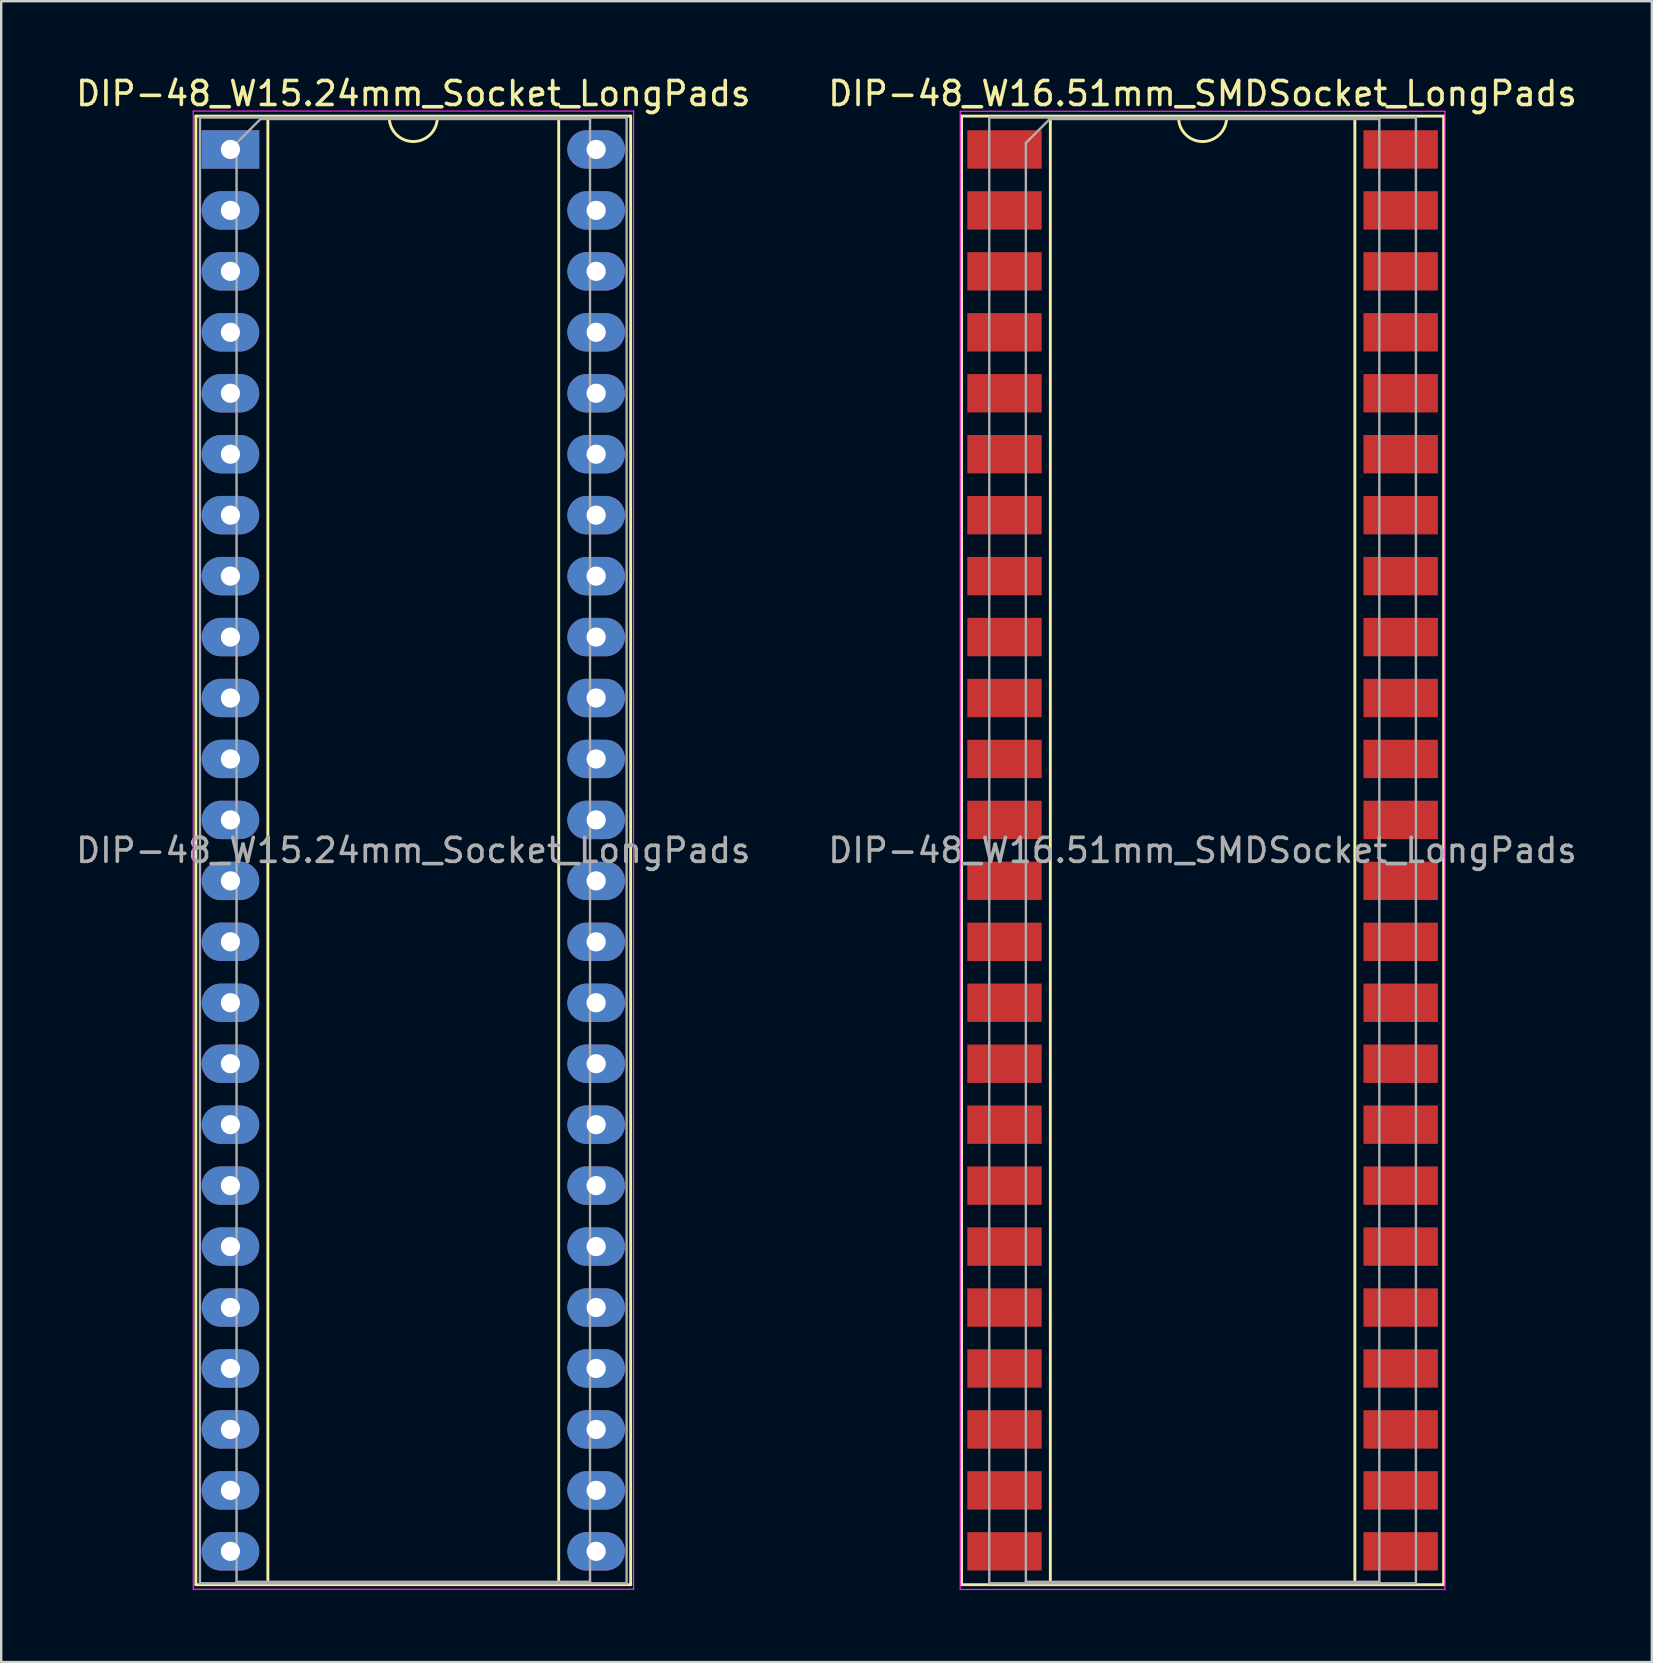
<source format=kicad_pcb>
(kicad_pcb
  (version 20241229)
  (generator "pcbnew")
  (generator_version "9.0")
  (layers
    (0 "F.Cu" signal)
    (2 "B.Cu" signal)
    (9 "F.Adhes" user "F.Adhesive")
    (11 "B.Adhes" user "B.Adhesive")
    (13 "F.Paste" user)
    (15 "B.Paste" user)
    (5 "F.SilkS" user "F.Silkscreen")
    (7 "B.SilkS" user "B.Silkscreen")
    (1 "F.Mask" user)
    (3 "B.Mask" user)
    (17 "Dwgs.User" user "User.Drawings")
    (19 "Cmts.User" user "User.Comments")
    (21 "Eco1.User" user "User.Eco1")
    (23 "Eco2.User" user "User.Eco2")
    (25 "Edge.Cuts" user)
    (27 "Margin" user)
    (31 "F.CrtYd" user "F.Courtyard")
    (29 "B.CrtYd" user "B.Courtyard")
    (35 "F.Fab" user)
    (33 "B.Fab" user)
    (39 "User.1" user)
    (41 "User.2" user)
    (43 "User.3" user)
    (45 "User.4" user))
  (footprint "DIP-48_W16.51mm_SMDSocket_LongPads"
    (layer "F.Cu")
    (at 47.065 32.388)
    (property "Reference" "DIP-48_W16.51mm_SMDSocket_LongPads" (at 0 -31.54 0) (layer "F.SilkS") (effects (font (size 1 1) (thickness 0.15))))
    (attr smd)
    (fp_line (start -10.045 -30.6) (end -10.045 30.6) (stroke (width 0.12) (type solid)) (layer "F.SilkS"))
    (fp_line (start -10.045 30.6) (end 10.045 30.6) (stroke (width 0.12) (type solid)) (layer "F.SilkS"))
    (fp_line (start -6.345 -30.54) (end -6.345 30.54) (stroke (width 0.12) (type solid)) (layer "F.SilkS"))
    (fp_line (start -6.345 30.54) (end 6.345 30.54) (stroke (width 0.12) (type solid)) (layer "F.SilkS"))
    (fp_line (start -1 -30.54) (end -6.345 -30.54) (stroke (width 0.12) (type solid)) (layer "F.SilkS"))
    (fp_line (start 6.345 -30.54) (end 1 -30.54) (stroke (width 0.12) (type solid)) (layer "F.SilkS"))
    (fp_line (start 6.345 30.54) (end 6.345 -30.54) (stroke (width 0.12) (type solid)) (layer "F.SilkS"))
    (fp_line (start 10.045 -30.6) (end -10.045 -30.6) (stroke (width 0.12) (type solid)) (layer "F.SilkS"))
    (fp_line (start 10.045 30.6) (end 10.045 -30.6) (stroke (width 0.12) (type solid)) (layer "F.SilkS"))
    (fp_arc (start 1 -30.54) (mid 0 -29.54) (end -1 -30.54) (stroke (width 0.12) (type solid)) (layer "F.SilkS"))
    (fp_line (start -10.1 -30.8) (end -10.1 30.8) (stroke (width 0.05) (type solid)) (layer "F.CrtYd"))
    (fp_line (start -10.1 30.8) (end 10.1 30.8) (stroke (width 0.05) (type solid)) (layer "F.CrtYd"))
    (fp_line (start 10.1 -30.8) (end -10.1 -30.8) (stroke (width 0.05) (type solid)) (layer "F.CrtYd"))
    (fp_line (start 10.1 30.8) (end 10.1 -30.8) (stroke (width 0.05) (type solid)) (layer "F.CrtYd"))
    (fp_line (start -8.89 -30.54) (end -8.89 30.54) (stroke (width 0.1) (type solid)) (layer "F.Fab"))
    (fp_line (start -8.89 30.54) (end 8.89 30.54) (stroke (width 0.1) (type solid)) (layer "F.Fab"))
    (fp_line (start -7.365 -29.48) (end -6.365 -30.48) (stroke (width 0.1) (type solid)) (layer "F.Fab"))
    (fp_line (start -7.365 30.48) (end -7.365 -29.48) (stroke (width 0.1) (type solid)) (layer "F.Fab"))
    (fp_line (start -6.365 -30.48) (end 7.365 -30.48) (stroke (width 0.1) (type solid)) (layer "F.Fab"))
    (fp_line (start 7.365 -30.48) (end 7.365 30.48) (stroke (width 0.1) (type solid)) (layer "F.Fab"))
    (fp_line (start 7.365 30.48) (end -7.365 30.48) (stroke (width 0.1) (type solid)) (layer "F.Fab"))
    (fp_line (start 8.89 -30.54) (end -8.89 -30.54) (stroke (width 0.1) (type solid)) (layer "F.Fab"))
    (fp_line (start 8.89 30.54) (end 8.89 -30.54) (stroke (width 0.1) (type solid)) (layer "F.Fab"))
    (fp_text user "${REFERENCE}" (at 0 0 0) (layer "F.Fab") (effects (font (size 1 1) (thickness 0.15))))
    (pad "1" smd rect (at -8.255 -29.21) (size 3.1 1.6) (layers "F.Cu" "F.Mask" "F.Paste"))
    (pad "2" smd rect (at -8.255 -26.67) (size 3.1 1.6) (layers "F.Cu" "F.Mask" "F.Paste"))
    (pad "3" smd rect (at -8.255 -24.13) (size 3.1 1.6) (layers "F.Cu" "F.Mask" "F.Paste"))
    (pad "4" smd rect (at -8.255 -21.59) (size 3.1 1.6) (layers "F.Cu" "F.Mask" "F.Paste"))
    (pad "5" smd rect (at -8.255 -19.05) (size 3.1 1.6) (layers "F.Cu" "F.Mask" "F.Paste"))
    (pad "6" smd rect (at -8.255 -16.51) (size 3.1 1.6) (layers "F.Cu" "F.Mask" "F.Paste"))
    (pad "7" smd rect (at -8.255 -13.97) (size 3.1 1.6) (layers "F.Cu" "F.Mask" "F.Paste"))
    (pad "8" smd rect (at -8.255 -11.43) (size 3.1 1.6) (layers "F.Cu" "F.Mask" "F.Paste"))
    (pad "9" smd rect (at -8.255 -8.89) (size 3.1 1.6) (layers "F.Cu" "F.Mask" "F.Paste"))
    (pad "10" smd rect (at -8.255 -6.35) (size 3.1 1.6) (layers "F.Cu" "F.Mask" "F.Paste"))
    (pad "11" smd rect (at -8.255 -3.81) (size 3.1 1.6) (layers "F.Cu" "F.Mask" "F.Paste"))
    (pad "12" smd rect (at -8.255 -1.27) (size 3.1 1.6) (layers "F.Cu" "F.Mask" "F.Paste"))
    (pad "13" smd rect (at -8.255 1.27) (size 3.1 1.6) (layers "F.Cu" "F.Mask" "F.Paste"))
    (pad "14" smd rect (at -8.255 3.81) (size 3.1 1.6) (layers "F.Cu" "F.Mask" "F.Paste"))
    (pad "15" smd rect (at -8.255 6.35) (size 3.1 1.6) (layers "F.Cu" "F.Mask" "F.Paste"))
    (pad "16" smd rect (at -8.255 8.89) (size 3.1 1.6) (layers "F.Cu" "F.Mask" "F.Paste"))
    (pad "17" smd rect (at -8.255 11.43) (size 3.1 1.6) (layers "F.Cu" "F.Mask" "F.Paste"))
    (pad "18" smd rect (at -8.255 13.97) (size 3.1 1.6) (layers "F.Cu" "F.Mask" "F.Paste"))
    (pad "19" smd rect (at -8.255 16.51) (size 3.1 1.6) (layers "F.Cu" "F.Mask" "F.Paste"))
    (pad "20" smd rect (at -8.255 19.05) (size 3.1 1.6) (layers "F.Cu" "F.Mask" "F.Paste"))
    (pad "21" smd rect (at -8.255 21.59) (size 3.1 1.6) (layers "F.Cu" "F.Mask" "F.Paste"))
    (pad "22" smd rect (at -8.255 24.13) (size 3.1 1.6) (layers "F.Cu" "F.Mask" "F.Paste"))
    (pad "23" smd rect (at -8.255 26.67) (size 3.1 1.6) (layers "F.Cu" "F.Mask" "F.Paste"))
    (pad "24" smd rect (at -8.255 29.21) (size 3.1 1.6) (layers "F.Cu" "F.Mask" "F.Paste"))
    (pad "25" smd rect (at 8.255 29.21) (size 3.1 1.6) (layers "F.Cu" "F.Mask" "F.Paste"))
    (pad "26" smd rect (at 8.255 26.67) (size 3.1 1.6) (layers "F.Cu" "F.Mask" "F.Paste"))
    (pad "27" smd rect (at 8.255 24.13) (size 3.1 1.6) (layers "F.Cu" "F.Mask" "F.Paste"))
    (pad "28" smd rect (at 8.255 21.59) (size 3.1 1.6) (layers "F.Cu" "F.Mask" "F.Paste"))
    (pad "29" smd rect (at 8.255 19.05) (size 3.1 1.6) (layers "F.Cu" "F.Mask" "F.Paste"))
    (pad "30" smd rect (at 8.255 16.51) (size 3.1 1.6) (layers "F.Cu" "F.Mask" "F.Paste"))
    (pad "31" smd rect (at 8.255 13.97) (size 3.1 1.6) (layers "F.Cu" "F.Mask" "F.Paste"))
    (pad "32" smd rect (at 8.255 11.43) (size 3.1 1.6) (layers "F.Cu" "F.Mask" "F.Paste"))
    (pad "33" smd rect (at 8.255 8.89) (size 3.1 1.6) (layers "F.Cu" "F.Mask" "F.Paste"))
    (pad "34" smd rect (at 8.255 6.35) (size 3.1 1.6) (layers "F.Cu" "F.Mask" "F.Paste"))
    (pad "35" smd rect (at 8.255 3.81) (size 3.1 1.6) (layers "F.Cu" "F.Mask" "F.Paste"))
    (pad "36" smd rect (at 8.255 1.27) (size 3.1 1.6) (layers "F.Cu" "F.Mask" "F.Paste"))
    (pad "37" smd rect (at 8.255 -1.27) (size 3.1 1.6) (layers "F.Cu" "F.Mask" "F.Paste"))
    (pad "38" smd rect (at 8.255 -3.81) (size 3.1 1.6) (layers "F.Cu" "F.Mask" "F.Paste"))
    (pad "39" smd rect (at 8.255 -6.35) (size 3.1 1.6) (layers "F.Cu" "F.Mask" "F.Paste"))
    (pad "40" smd rect (at 8.255 -8.89) (size 3.1 1.6) (layers "F.Cu" "F.Mask" "F.Paste"))
    (pad "41" smd rect (at 8.255 -11.43) (size 3.1 1.6) (layers "F.Cu" "F.Mask" "F.Paste"))
    (pad "42" smd rect (at 8.255 -13.97) (size 3.1 1.6) (layers "F.Cu" "F.Mask" "F.Paste"))
    (pad "43" smd rect (at 8.255 -16.51) (size 3.1 1.6) (layers "F.Cu" "F.Mask" "F.Paste"))
    (pad "44" smd rect (at 8.255 -19.05) (size 3.1 1.6) (layers "F.Cu" "F.Mask" "F.Paste"))
    (pad "45" smd rect (at 8.255 -21.59) (size 3.1 1.6) (layers "F.Cu" "F.Mask" "F.Paste"))
    (pad "46" smd rect (at 8.255 -24.13) (size 3.1 1.6) (layers "F.Cu" "F.Mask" "F.Paste"))
    (pad "47" smd rect (at 8.255 -26.67) (size 3.1 1.6) (layers "F.Cu" "F.Mask" "F.Paste"))
    (pad "48" smd rect (at 8.255 -29.21) (size 3.1 1.6) (layers "F.Cu" "F.Mask" "F.Paste")))
  (footprint "DIP-48_W15.24mm_Socket_LongPads"
    (layer "F.Cu")
    (at 6.553 3.178)
    (property "Reference" "DIP-48_W15.24mm_Socket_LongPads" (at 7.62 -2.33 0) (layer "F.SilkS") (effects (font (size 1 1) (thickness 0.15))))
    (attr through_hole)
    (fp_line (start -1.44 -1.39) (end -1.44 59.81) (stroke (width 0.12) (type solid)) (layer "F.SilkS"))
    (fp_line (start -1.44 59.81) (end 16.68 59.81) (stroke (width 0.12) (type solid)) (layer "F.SilkS"))
    (fp_line (start 1.56 -1.33) (end 1.56 59.75) (stroke (width 0.12) (type solid)) (layer "F.SilkS"))
    (fp_line (start 1.56 59.75) (end 13.68 59.75) (stroke (width 0.12) (type solid)) (layer "F.SilkS"))
    (fp_line (start 6.62 -1.33) (end 1.56 -1.33) (stroke (width 0.12) (type solid)) (layer "F.SilkS"))
    (fp_line (start 13.68 -1.33) (end 8.62 -1.33) (stroke (width 0.12) (type solid)) (layer "F.SilkS"))
    (fp_line (start 13.68 59.75) (end 13.68 -1.33) (stroke (width 0.12) (type solid)) (layer "F.SilkS"))
    (fp_line (start 16.68 -1.39) (end -1.44 -1.39) (stroke (width 0.12) (type solid)) (layer "F.SilkS"))
    (fp_line (start 16.68 59.81) (end 16.68 -1.39) (stroke (width 0.12) (type solid)) (layer "F.SilkS"))
    (fp_arc (start 8.62 -1.33) (mid 7.62 -0.33) (end 6.62 -1.33) (stroke (width 0.12) (type solid)) (layer "F.SilkS"))
    (fp_line (start -1.55 -1.6) (end -1.55 60) (stroke (width 0.05) (type solid)) (layer "F.CrtYd"))
    (fp_line (start -1.55 60) (end 16.8 60) (stroke (width 0.05) (type solid)) (layer "F.CrtYd"))
    (fp_line (start 16.8 -1.6) (end -1.55 -1.6) (stroke (width 0.05) (type solid)) (layer "F.CrtYd"))
    (fp_line (start 16.8 60) (end 16.8 -1.6) (stroke (width 0.05) (type solid)) (layer "F.CrtYd"))
    (fp_line (start -1.27 -1.33) (end -1.27 59.75) (stroke (width 0.1) (type solid)) (layer "F.Fab"))
    (fp_line (start -1.27 59.75) (end 16.51 59.75) (stroke (width 0.1) (type solid)) (layer "F.Fab"))
    (fp_line (start 0.255 -0.27) (end 1.255 -1.27) (stroke (width 0.1) (type solid)) (layer "F.Fab"))
    (fp_line (start 0.255 59.69) (end 0.255 -0.27) (stroke (width 0.1) (type solid)) (layer "F.Fab"))
    (fp_line (start 1.255 -1.27) (end 14.985 -1.27) (stroke (width 0.1) (type solid)) (layer "F.Fab"))
    (fp_line (start 14.985 -1.27) (end 14.985 59.69) (stroke (width 0.1) (type solid)) (layer "F.Fab"))
    (fp_line (start 14.985 59.69) (end 0.255 59.69) (stroke (width 0.1) (type solid)) (layer "F.Fab"))
    (fp_line (start 16.51 -1.33) (end -1.27 -1.33) (stroke (width 0.1) (type solid)) (layer "F.Fab"))
    (fp_line (start 16.51 59.75) (end 16.51 -1.33) (stroke (width 0.1) (type solid)) (layer "F.Fab"))
    (fp_text user "${REFERENCE}" (at 7.62 29.21 0) (layer "F.Fab") (effects (font (size 1 1) (thickness 0.15))))
    (pad "1" thru_hole rect (at 0 0) (size 2.4 1.6) (drill 0.8) (layers "*.Cu" "*.Mask"))
    (pad "2" thru_hole oval (at 0 2.54) (size 2.4 1.6) (drill 0.8) (layers "*.Cu" "*.Mask"))
    (pad "3" thru_hole oval (at 0 5.08) (size 2.4 1.6) (drill 0.8) (layers "*.Cu" "*.Mask"))
    (pad "4" thru_hole oval (at 0 7.62) (size 2.4 1.6) (drill 0.8) (layers "*.Cu" "*.Mask"))
    (pad "5" thru_hole oval (at 0 10.16) (size 2.4 1.6) (drill 0.8) (layers "*.Cu" "*.Mask"))
    (pad "6" thru_hole oval (at 0 12.7) (size 2.4 1.6) (drill 0.8) (layers "*.Cu" "*.Mask"))
    (pad "7" thru_hole oval (at 0 15.24) (size 2.4 1.6) (drill 0.8) (layers "*.Cu" "*.Mask"))
    (pad "8" thru_hole oval (at 0 17.78) (size 2.4 1.6) (drill 0.8) (layers "*.Cu" "*.Mask"))
    (pad "9" thru_hole oval (at 0 20.32) (size 2.4 1.6) (drill 0.8) (layers "*.Cu" "*.Mask"))
    (pad "10" thru_hole oval (at 0 22.86) (size 2.4 1.6) (drill 0.8) (layers "*.Cu" "*.Mask"))
    (pad "11" thru_hole oval (at 0 25.4) (size 2.4 1.6) (drill 0.8) (layers "*.Cu" "*.Mask"))
    (pad "12" thru_hole oval (at 0 27.94) (size 2.4 1.6) (drill 0.8) (layers "*.Cu" "*.Mask"))
    (pad "13" thru_hole oval (at 0 30.48) (size 2.4 1.6) (drill 0.8) (layers "*.Cu" "*.Mask"))
    (pad "14" thru_hole oval (at 0 33.02) (size 2.4 1.6) (drill 0.8) (layers "*.Cu" "*.Mask"))
    (pad "15" thru_hole oval (at 0 35.56) (size 2.4 1.6) (drill 0.8) (layers "*.Cu" "*.Mask"))
    (pad "16" thru_hole oval (at 0 38.1) (size 2.4 1.6) (drill 0.8) (layers "*.Cu" "*.Mask"))
    (pad "17" thru_hole oval (at 0 40.64) (size 2.4 1.6) (drill 0.8) (layers "*.Cu" "*.Mask"))
    (pad "18" thru_hole oval (at 0 43.18) (size 2.4 1.6) (drill 0.8) (layers "*.Cu" "*.Mask"))
    (pad "19" thru_hole oval (at 0 45.72) (size 2.4 1.6) (drill 0.8) (layers "*.Cu" "*.Mask"))
    (pad "20" thru_hole oval (at 0 48.26) (size 2.4 1.6) (drill 0.8) (layers "*.Cu" "*.Mask"))
    (pad "21" thru_hole oval (at 0 50.8) (size 2.4 1.6) (drill 0.8) (layers "*.Cu" "*.Mask"))
    (pad "22" thru_hole oval (at 0 53.34) (size 2.4 1.6) (drill 0.8) (layers "*.Cu" "*.Mask"))
    (pad "23" thru_hole oval (at 0 55.88) (size 2.4 1.6) (drill 0.8) (layers "*.Cu" "*.Mask"))
    (pad "24" thru_hole oval (at 0 58.42) (size 2.4 1.6) (drill 0.8) (layers "*.Cu" "*.Mask"))
    (pad "25" thru_hole oval (at 15.24 58.42) (size 2.4 1.6) (drill 0.8) (layers "*.Cu" "*.Mask"))
    (pad "26" thru_hole oval (at 15.24 55.88) (size 2.4 1.6) (drill 0.8) (layers "*.Cu" "*.Mask"))
    (pad "27" thru_hole oval (at 15.24 53.34) (size 2.4 1.6) (drill 0.8) (layers "*.Cu" "*.Mask"))
    (pad "28" thru_hole oval (at 15.24 50.8) (size 2.4 1.6) (drill 0.8) (layers "*.Cu" "*.Mask"))
    (pad "29" thru_hole oval (at 15.24 48.26) (size 2.4 1.6) (drill 0.8) (layers "*.Cu" "*.Mask"))
    (pad "30" thru_hole oval (at 15.24 45.72) (size 2.4 1.6) (drill 0.8) (layers "*.Cu" "*.Mask"))
    (pad "31" thru_hole oval (at 15.24 43.18) (size 2.4 1.6) (drill 0.8) (layers "*.Cu" "*.Mask"))
    (pad "32" thru_hole oval (at 15.24 40.64) (size 2.4 1.6) (drill 0.8) (layers "*.Cu" "*.Mask"))
    (pad "33" thru_hole oval (at 15.24 38.1) (size 2.4 1.6) (drill 0.8) (layers "*.Cu" "*.Mask"))
    (pad "34" thru_hole oval (at 15.24 35.56) (size 2.4 1.6) (drill 0.8) (layers "*.Cu" "*.Mask"))
    (pad "35" thru_hole oval (at 15.24 33.02) (size 2.4 1.6) (drill 0.8) (layers "*.Cu" "*.Mask"))
    (pad "36" thru_hole oval (at 15.24 30.48) (size 2.4 1.6) (drill 0.8) (layers "*.Cu" "*.Mask"))
    (pad "37" thru_hole oval (at 15.24 27.94) (size 2.4 1.6) (drill 0.8) (layers "*.Cu" "*.Mask"))
    (pad "38" thru_hole oval (at 15.24 25.4) (size 2.4 1.6) (drill 0.8) (layers "*.Cu" "*.Mask"))
    (pad "39" thru_hole oval (at 15.24 22.86) (size 2.4 1.6) (drill 0.8) (layers "*.Cu" "*.Mask"))
    (pad "40" thru_hole oval (at 15.24 20.32) (size 2.4 1.6) (drill 0.8) (layers "*.Cu" "*.Mask"))
    (pad "41" thru_hole oval (at 15.24 17.78) (size 2.4 1.6) (drill 0.8) (layers "*.Cu" "*.Mask"))
    (pad "42" thru_hole oval (at 15.24 15.24) (size 2.4 1.6) (drill 0.8) (layers "*.Cu" "*.Mask"))
    (pad "43" thru_hole oval (at 15.24 12.7) (size 2.4 1.6) (drill 0.8) (layers "*.Cu" "*.Mask"))
    (pad "44" thru_hole oval (at 15.24 10.16) (size 2.4 1.6) (drill 0.8) (layers "*.Cu" "*.Mask"))
    (pad "45" thru_hole oval (at 15.24 7.62) (size 2.4 1.6) (drill 0.8) (layers "*.Cu" "*.Mask"))
    (pad "46" thru_hole oval (at 15.24 5.08) (size 2.4 1.6) (drill 0.8) (layers "*.Cu" "*.Mask"))
    (pad "47" thru_hole oval (at 15.24 2.54) (size 2.4 1.6) (drill 0.8) (layers "*.Cu" "*.Mask"))
    (pad "48" thru_hole oval (at 15.24 0) (size 2.4 1.6) (drill 0.8) (layers "*.Cu" "*.Mask")))
  (gr_rect
    (start -3 -3)
    (end 65.786 66.213)
    (stroke (width 0.1) (type default))
    (fill no)
    (layer "Edge.Cuts")))
</source>
